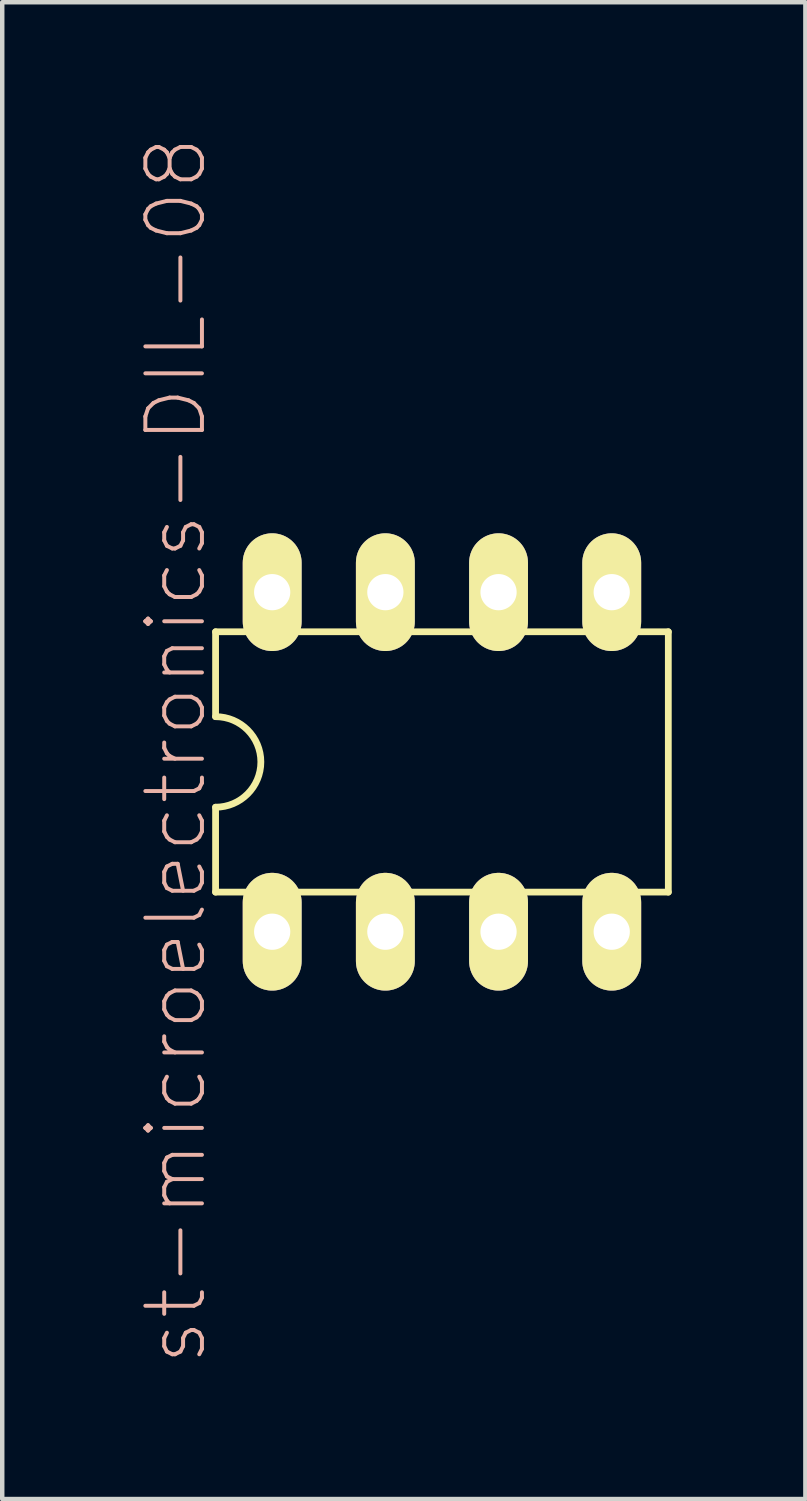
<source format=kicad_pcb>
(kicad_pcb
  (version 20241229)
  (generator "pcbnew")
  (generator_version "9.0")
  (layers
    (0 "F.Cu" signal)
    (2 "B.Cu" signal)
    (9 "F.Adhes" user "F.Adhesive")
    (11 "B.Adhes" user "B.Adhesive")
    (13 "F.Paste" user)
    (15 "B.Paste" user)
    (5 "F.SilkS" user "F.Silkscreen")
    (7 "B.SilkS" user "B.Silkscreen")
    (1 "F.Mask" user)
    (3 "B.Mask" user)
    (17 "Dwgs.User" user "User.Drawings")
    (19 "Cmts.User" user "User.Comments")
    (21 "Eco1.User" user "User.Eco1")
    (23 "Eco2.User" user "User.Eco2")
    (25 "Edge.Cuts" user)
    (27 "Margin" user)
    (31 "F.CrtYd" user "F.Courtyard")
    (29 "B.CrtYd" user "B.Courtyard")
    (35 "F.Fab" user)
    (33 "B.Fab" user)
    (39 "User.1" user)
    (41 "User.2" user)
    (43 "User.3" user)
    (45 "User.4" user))
  (footprint "st-microelectronics-DIL-08"
    (layer "F.Cu")
    (at 6.868 14.049)
    (property "Reference" "st-microelectronics-DIL-08" (at -5.969 -0.254 90) (layer "B.SilkS") (effects (font (size 1.27 1.27) (thickness 0.089))))
    (attr exclude_from_pos_files exclude_from_bom)
    (fp_line (start -5.08 -2.921) (end -5.08 -1.016) (stroke (width 0.152) (type solid)) (layer "F.SilkS"))
    (fp_line (start -5.08 2.921) (end -5.08 1.016) (stroke (width 0.152) (type solid)) (layer "F.SilkS"))
    (fp_line (start -5.08 2.921) (end 5.08 2.921) (stroke (width 0.152) (type solid)) (layer "F.SilkS"))
    (fp_line (start 5.08 -2.921) (end -5.08 -2.921) (stroke (width 0.152) (type solid)) (layer "F.SilkS"))
    (fp_line (start 5.08 -2.921) (end 5.08 2.921) (stroke (width 0.152) (type solid)) (layer "F.SilkS"))
    (fp_arc (start -5.08 -1.016) (mid -4.064 0) (end -5.08 1.016) (stroke (width 0.1524) (type solid)) (layer "F.SilkS"))
    (pad "1" thru_hole oval (at -3.81 3.81) (size 1.321 2.642) (drill 0.813) (layers "*.Cu" "F.Mask" "F.SilkS" "F.Paste"))
    (pad "2" thru_hole oval (at -1.27 3.81) (size 1.321 2.642) (drill 0.813) (layers "*.Cu" "F.Mask" "F.SilkS" "F.Paste"))
    (pad "3" thru_hole oval (at 1.27 3.81) (size 1.321 2.642) (drill 0.813) (layers "*.Cu" "F.Mask" "F.SilkS" "F.Paste"))
    (pad "4" thru_hole oval (at 3.81 3.81) (size 1.321 2.642) (drill 0.813) (layers "*.Cu" "F.Mask" "F.SilkS" "F.Paste"))
    (pad "5" thru_hole oval (at 3.81 -3.81) (size 1.321 2.642) (drill 0.813) (layers "*.Cu" "F.Mask" "F.SilkS" "F.Paste"))
    (pad "6" thru_hole oval (at 1.27 -3.81) (size 1.321 2.642) (drill 0.813) (layers "*.Cu" "F.Mask" "F.SilkS" "F.Paste"))
    (pad "7" thru_hole oval (at -1.27 -3.81) (size 1.321 2.642) (drill 0.813) (layers "*.Cu" "F.Mask" "F.SilkS" "F.Paste"))
    (pad "8" thru_hole oval (at -3.81 -3.81) (size 1.321 2.642) (drill 0.813) (layers "*.Cu" "F.Mask" "F.SilkS" "F.Paste")))
  (gr_rect
    (start -3 -3)
    (end 15.024 30.59)
    (stroke (width 0.1) (type default))
    (fill no)
    (layer "Edge.Cuts")))
</source>
